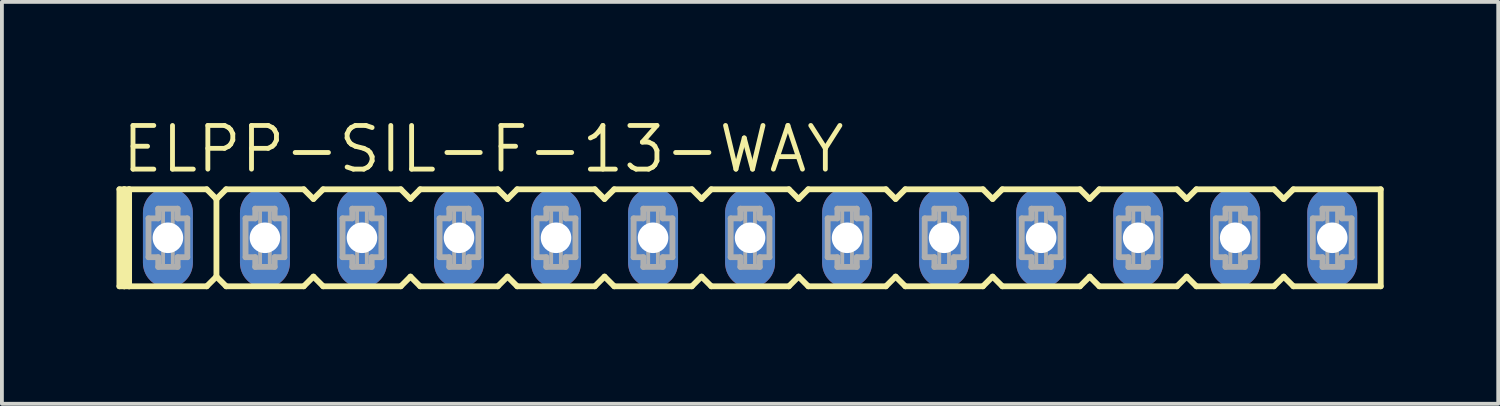
<source format=kicad_pcb>
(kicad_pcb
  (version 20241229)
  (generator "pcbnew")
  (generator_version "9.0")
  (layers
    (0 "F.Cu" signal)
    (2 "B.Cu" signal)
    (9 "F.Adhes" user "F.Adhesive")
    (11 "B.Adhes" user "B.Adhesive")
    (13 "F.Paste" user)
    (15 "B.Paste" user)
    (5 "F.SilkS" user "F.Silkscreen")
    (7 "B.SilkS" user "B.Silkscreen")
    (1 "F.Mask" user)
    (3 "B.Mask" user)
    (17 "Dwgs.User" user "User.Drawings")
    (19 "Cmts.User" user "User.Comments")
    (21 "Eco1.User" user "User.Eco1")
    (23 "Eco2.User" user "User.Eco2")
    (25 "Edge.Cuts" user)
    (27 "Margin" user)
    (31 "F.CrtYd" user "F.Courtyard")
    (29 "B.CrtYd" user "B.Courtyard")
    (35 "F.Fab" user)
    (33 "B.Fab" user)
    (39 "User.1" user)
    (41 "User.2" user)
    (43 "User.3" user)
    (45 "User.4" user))
  (footprint "ELPP-SIL-F-13-WAY"
    (layer "F.Cu")
    (at 16.586 3.175)
    (property "Reference" "ELPP-SIL-F-13-WAY" (at -16.51 -1.651 0) (unlocked yes) (layer "F.SilkS") (effects (font (size 1.143 1.143) (thickness 0.127)) (justify left bottom)))
    (fp_line (start -16.51 -1.27) (end -16.51 1.27) (stroke (width 0.152) (type solid)) (layer "F.SilkS"))
    (fp_line (start -16.51 1.27) (end -16.383 1.27) (stroke (width 0.152) (type solid)) (layer "F.SilkS"))
    (fp_line (start -16.383 -1.27) (end -16.51 -1.27) (stroke (width 0.152) (type solid)) (layer "F.SilkS"))
    (fp_line (start -16.383 -1.27) (end -16.383 1.27) (stroke (width 0.152) (type solid)) (layer "F.SilkS"))
    (fp_line (start -16.383 1.27) (end -16.256 1.27) (stroke (width 0.152) (type solid)) (layer "F.SilkS"))
    (fp_line (start -16.256 -1.27) (end -16.383 -1.27) (stroke (width 0.152) (type solid)) (layer "F.SilkS"))
    (fp_line (start -16.256 -1.27) (end -16.256 1.27) (stroke (width 0.152) (type solid)) (layer "F.SilkS"))
    (fp_line (start -16.256 1.27) (end -14.224 1.27) (stroke (width 0.152) (type solid)) (layer "F.SilkS"))
    (fp_line (start -14.224 -1.27) (end -16.256 -1.27) (stroke (width 0.152) (type solid)) (layer "F.SilkS"))
    (fp_line (start -14.224 1.27) (end -13.97 1.016) (stroke (width 0.152) (type solid)) (layer "F.SilkS"))
    (fp_line (start -13.97 -1.016) (end -14.224 -1.27) (stroke (width 0.152) (type solid)) (layer "F.SilkS"))
    (fp_line (start -13.97 -1.016) (end -13.97 1.016) (stroke (width 0.152) (type solid)) (layer "F.SilkS"))
    (fp_line (start -13.97 1.016) (end -13.716 1.27) (stroke (width 0.152) (type solid)) (layer "F.SilkS"))
    (fp_line (start -13.716 -1.27) (end -13.97 -1.016) (stroke (width 0.152) (type solid)) (layer "F.SilkS"))
    (fp_line (start -13.716 1.27) (end -11.684 1.27) (stroke (width 0.152) (type solid)) (layer "F.SilkS"))
    (fp_line (start -11.684 -1.27) (end -13.716 -1.27) (stroke (width 0.152) (type solid)) (layer "F.SilkS"))
    (fp_line (start -11.684 1.27) (end -11.43 1.016) (stroke (width 0.152) (type solid)) (layer "F.SilkS"))
    (fp_line (start -11.43 -1.016) (end -11.684 -1.27) (stroke (width 0.152) (type solid)) (layer "F.SilkS"))
    (fp_line (start -11.43 1.016) (end -11.176 1.27) (stroke (width 0.152) (type solid)) (layer "F.SilkS"))
    (fp_line (start -11.176 -1.27) (end -11.43 -1.016) (stroke (width 0.152) (type solid)) (layer "F.SilkS"))
    (fp_line (start -11.176 1.27) (end -9.144 1.27) (stroke (width 0.152) (type solid)) (layer "F.SilkS"))
    (fp_line (start -9.144 -1.27) (end -11.176 -1.27) (stroke (width 0.152) (type solid)) (layer "F.SilkS"))
    (fp_line (start -9.144 1.27) (end -8.89 1.016) (stroke (width 0.152) (type solid)) (layer "F.SilkS"))
    (fp_line (start -8.89 -1.016) (end -9.144 -1.27) (stroke (width 0.152) (type solid)) (layer "F.SilkS"))
    (fp_line (start -8.89 1.016) (end -8.636 1.27) (stroke (width 0.152) (type solid)) (layer "F.SilkS"))
    (fp_line (start -8.636 -1.27) (end -8.89 -1.016) (stroke (width 0.152) (type solid)) (layer "F.SilkS"))
    (fp_line (start -8.636 1.27) (end -6.604 1.27) (stroke (width 0.152) (type solid)) (layer "F.SilkS"))
    (fp_line (start -6.604 -1.27) (end -8.636 -1.27) (stroke (width 0.152) (type solid)) (layer "F.SilkS"))
    (fp_line (start -6.604 1.27) (end -6.35 1.016) (stroke (width 0.152) (type solid)) (layer "F.SilkS"))
    (fp_line (start -6.35 -1.016) (end -6.604 -1.27) (stroke (width 0.152) (type solid)) (layer "F.SilkS"))
    (fp_line (start -6.35 1.016) (end -6.096 1.27) (stroke (width 0.152) (type solid)) (layer "F.SilkS"))
    (fp_line (start -6.096 -1.27) (end -6.35 -1.016) (stroke (width 0.152) (type solid)) (layer "F.SilkS"))
    (fp_line (start -6.096 1.27) (end -4.064 1.27) (stroke (width 0.152) (type solid)) (layer "F.SilkS"))
    (fp_line (start -4.064 -1.27) (end -6.096 -1.27) (stroke (width 0.152) (type solid)) (layer "F.SilkS"))
    (fp_line (start -4.064 1.27) (end -3.81 1.016) (stroke (width 0.152) (type solid)) (layer "F.SilkS"))
    (fp_line (start -3.81 -1.016) (end -4.064 -1.27) (stroke (width 0.152) (type solid)) (layer "F.SilkS"))
    (fp_line (start -3.81 1.016) (end -3.556 1.27) (stroke (width 0.152) (type solid)) (layer "F.SilkS"))
    (fp_line (start -3.556 -1.27) (end -3.81 -1.016) (stroke (width 0.152) (type solid)) (layer "F.SilkS"))
    (fp_line (start -3.556 1.27) (end -1.524 1.27) (stroke (width 0.152) (type solid)) (layer "F.SilkS"))
    (fp_line (start -1.524 -1.27) (end -3.556 -1.27) (stroke (width 0.152) (type solid)) (layer "F.SilkS"))
    (fp_line (start -1.524 1.27) (end -1.27 1.016) (stroke (width 0.152) (type solid)) (layer "F.SilkS"))
    (fp_line (start -1.27 -1.016) (end -1.524 -1.27) (stroke (width 0.152) (type solid)) (layer "F.SilkS"))
    (fp_line (start -1.27 1.016) (end -1.016 1.27) (stroke (width 0.152) (type solid)) (layer "F.SilkS"))
    (fp_line (start -1.016 -1.27) (end -1.27 -1.016) (stroke (width 0.152) (type solid)) (layer "F.SilkS"))
    (fp_line (start -1.016 1.27) (end 1.016 1.27) (stroke (width 0.152) (type solid)) (layer "F.SilkS"))
    (fp_line (start 1.016 -1.27) (end -1.016 -1.27) (stroke (width 0.152) (type solid)) (layer "F.SilkS"))
    (fp_line (start 1.016 1.27) (end 1.27 1.016) (stroke (width 0.152) (type solid)) (layer "F.SilkS"))
    (fp_line (start 1.27 -1.016) (end 1.016 -1.27) (stroke (width 0.152) (type solid)) (layer "F.SilkS"))
    (fp_line (start 1.27 1.016) (end 1.524 1.27) (stroke (width 0.152) (type solid)) (layer "F.SilkS"))
    (fp_line (start 1.524 -1.27) (end 1.27 -1.016) (stroke (width 0.152) (type solid)) (layer "F.SilkS"))
    (fp_line (start 1.524 1.27) (end 3.556 1.27) (stroke (width 0.152) (type solid)) (layer "F.SilkS"))
    (fp_line (start 3.556 -1.27) (end 1.524 -1.27) (stroke (width 0.152) (type solid)) (layer "F.SilkS"))
    (fp_line (start 3.556 1.27) (end 3.81 1.016) (stroke (width 0.152) (type solid)) (layer "F.SilkS"))
    (fp_line (start 3.81 -1.016) (end 3.556 -1.27) (stroke (width 0.152) (type solid)) (layer "F.SilkS"))
    (fp_line (start 3.81 1.016) (end 4.064 1.27) (stroke (width 0.152) (type solid)) (layer "F.SilkS"))
    (fp_line (start 4.064 -1.27) (end 3.81 -1.016) (stroke (width 0.152) (type solid)) (layer "F.SilkS"))
    (fp_line (start 4.064 1.27) (end 6.096 1.27) (stroke (width 0.152) (type solid)) (layer "F.SilkS"))
    (fp_line (start 6.096 -1.27) (end 4.064 -1.27) (stroke (width 0.152) (type solid)) (layer "F.SilkS"))
    (fp_line (start 6.096 1.27) (end 6.35 1.016) (stroke (width 0.152) (type solid)) (layer "F.SilkS"))
    (fp_line (start 6.35 -1.016) (end 6.096 -1.27) (stroke (width 0.152) (type solid)) (layer "F.SilkS"))
    (fp_line (start 6.35 1.016) (end 6.604 1.27) (stroke (width 0.152) (type solid)) (layer "F.SilkS"))
    (fp_line (start 6.604 -1.27) (end 6.35 -1.016) (stroke (width 0.152) (type solid)) (layer "F.SilkS"))
    (fp_line (start 6.604 1.27) (end 8.636 1.27) (stroke (width 0.152) (type solid)) (layer "F.SilkS"))
    (fp_line (start 8.636 -1.27) (end 6.604 -1.27) (stroke (width 0.152) (type solid)) (layer "F.SilkS"))
    (fp_line (start 8.636 1.27) (end 8.89 1.016) (stroke (width 0.152) (type solid)) (layer "F.SilkS"))
    (fp_line (start 8.89 -1.016) (end 8.636 -1.27) (stroke (width 0.152) (type solid)) (layer "F.SilkS"))
    (fp_line (start 8.89 1.016) (end 9.144 1.27) (stroke (width 0.152) (type solid)) (layer "F.SilkS"))
    (fp_line (start 9.144 -1.27) (end 8.89 -1.016) (stroke (width 0.152) (type solid)) (layer "F.SilkS"))
    (fp_line (start 9.144 1.27) (end 11.176 1.27) (stroke (width 0.152) (type solid)) (layer "F.SilkS"))
    (fp_line (start 11.176 -1.27) (end 9.144 -1.27) (stroke (width 0.152) (type solid)) (layer "F.SilkS"))
    (fp_line (start 11.176 1.27) (end 11.43 1.016) (stroke (width 0.152) (type solid)) (layer "F.SilkS"))
    (fp_line (start 11.43 -1.016) (end 11.176 -1.27) (stroke (width 0.152) (type solid)) (layer "F.SilkS"))
    (fp_line (start 11.43 1.016) (end 11.684 1.27) (stroke (width 0.152) (type solid)) (layer "F.SilkS"))
    (fp_line (start 11.684 -1.27) (end 11.43 -1.016) (stroke (width 0.152) (type solid)) (layer "F.SilkS"))
    (fp_line (start 11.684 1.27) (end 13.716 1.27) (stroke (width 0.152) (type solid)) (layer "F.SilkS"))
    (fp_line (start 13.716 -1.27) (end 11.684 -1.27) (stroke (width 0.152) (type solid)) (layer "F.SilkS"))
    (fp_line (start 13.716 1.27) (end 13.97 1.016) (stroke (width 0.152) (type solid)) (layer "F.SilkS"))
    (fp_line (start 13.97 -1.016) (end 13.716 -1.27) (stroke (width 0.152) (type solid)) (layer "F.SilkS"))
    (fp_line (start 13.97 1.016) (end 14.224 1.27) (stroke (width 0.152) (type solid)) (layer "F.SilkS"))
    (fp_line (start 14.224 -1.27) (end 13.97 -1.016) (stroke (width 0.152) (type solid)) (layer "F.SilkS"))
    (fp_line (start 14.224 1.27) (end 16.51 1.27) (stroke (width 0.152) (type solid)) (layer "F.SilkS"))
    (fp_line (start 16.51 -1.27) (end 14.224 -1.27) (stroke (width 0.152) (type solid)) (layer "F.SilkS"))
    (fp_line (start 16.51 1.27) (end 16.51 -1.27) (stroke (width 0.152) (type solid)) (layer "F.SilkS"))
    (fp_line (start -15.748 -0.508) (end -15.748 0.508) (stroke (width 0.152) (type solid)) (layer "F.Fab"))
    (fp_line (start -15.748 0.508) (end -15.494 0.508) (stroke (width 0.152) (type solid)) (layer "F.Fab"))
    (fp_line (start -15.494 -0.762) (end -15.494 -0.508) (stroke (width 0.152) (type solid)) (layer "F.Fab"))
    (fp_line (start -15.494 -0.508) (end -15.748 -0.508) (stroke (width 0.152) (type solid)) (layer "F.Fab"))
    (fp_line (start -15.494 0.508) (end -15.494 0.762) (stroke (width 0.152) (type solid)) (layer "F.Fab"))
    (fp_line (start -15.494 0.762) (end -14.986 0.762) (stroke (width 0.152) (type solid)) (layer "F.Fab"))
    (fp_line (start -14.986 -0.762) (end -15.494 -0.762) (stroke (width 0.152) (type solid)) (layer "F.Fab"))
    (fp_line (start -14.986 -0.508) (end -14.986 -0.762) (stroke (width 0.152) (type solid)) (layer "F.Fab"))
    (fp_line (start -14.986 0.508) (end -14.732 0.508) (stroke (width 0.152) (type solid)) (layer "F.Fab"))
    (fp_line (start -14.986 0.762) (end -14.986 0.508) (stroke (width 0.152) (type solid)) (layer "F.Fab"))
    (fp_line (start -14.732 -0.508) (end -14.986 -0.508) (stroke (width 0.152) (type solid)) (layer "F.Fab"))
    (fp_line (start -14.732 0.508) (end -14.732 -0.508) (stroke (width 0.152) (type solid)) (layer "F.Fab"))
    (fp_line (start -13.208 -0.508) (end -13.208 0.508) (stroke (width 0.152) (type solid)) (layer "F.Fab"))
    (fp_line (start -13.208 0.508) (end -12.954 0.508) (stroke (width 0.152) (type solid)) (layer "F.Fab"))
    (fp_line (start -12.954 -0.762) (end -12.954 -0.508) (stroke (width 0.152) (type solid)) (layer "F.Fab"))
    (fp_line (start -12.954 -0.508) (end -13.208 -0.508) (stroke (width 0.152) (type solid)) (layer "F.Fab"))
    (fp_line (start -12.954 0.508) (end -12.954 0.762) (stroke (width 0.152) (type solid)) (layer "F.Fab"))
    (fp_line (start -12.954 0.762) (end -12.446 0.762) (stroke (width 0.152) (type solid)) (layer "F.Fab"))
    (fp_line (start -12.446 -0.762) (end -12.954 -0.762) (stroke (width 0.152) (type solid)) (layer "F.Fab"))
    (fp_line (start -12.446 -0.508) (end -12.446 -0.762) (stroke (width 0.152) (type solid)) (layer "F.Fab"))
    (fp_line (start -12.446 0.508) (end -12.192 0.508) (stroke (width 0.152) (type solid)) (layer "F.Fab"))
    (fp_line (start -12.446 0.762) (end -12.446 0.508) (stroke (width 0.152) (type solid)) (layer "F.Fab"))
    (fp_line (start -12.192 -0.508) (end -12.446 -0.508) (stroke (width 0.152) (type solid)) (layer "F.Fab"))
    (fp_line (start -12.192 0.508) (end -12.192 -0.508) (stroke (width 0.152) (type solid)) (layer "F.Fab"))
    (fp_line (start -10.668 -0.508) (end -10.668 0.508) (stroke (width 0.152) (type solid)) (layer "F.Fab"))
    (fp_line (start -10.668 0.508) (end -10.414 0.508) (stroke (width 0.152) (type solid)) (layer "F.Fab"))
    (fp_line (start -10.414 -0.762) (end -10.414 -0.508) (stroke (width 0.152) (type solid)) (layer "F.Fab"))
    (fp_line (start -10.414 -0.508) (end -10.668 -0.508) (stroke (width 0.152) (type solid)) (layer "F.Fab"))
    (fp_line (start -10.414 0.508) (end -10.414 0.762) (stroke (width 0.152) (type solid)) (layer "F.Fab"))
    (fp_line (start -10.414 0.762) (end -9.906 0.762) (stroke (width 0.152) (type solid)) (layer "F.Fab"))
    (fp_line (start -9.906 -0.762) (end -10.414 -0.762) (stroke (width 0.152) (type solid)) (layer "F.Fab"))
    (fp_line (start -9.906 -0.508) (end -9.906 -0.762) (stroke (width 0.152) (type solid)) (layer "F.Fab"))
    (fp_line (start -9.906 0.508) (end -9.652 0.508) (stroke (width 0.152) (type solid)) (layer "F.Fab"))
    (fp_line (start -9.906 0.762) (end -9.906 0.508) (stroke (width 0.152) (type solid)) (layer "F.Fab"))
    (fp_line (start -9.652 -0.508) (end -9.906 -0.508) (stroke (width 0.152) (type solid)) (layer "F.Fab"))
    (fp_line (start -9.652 0.508) (end -9.652 -0.508) (stroke (width 0.152) (type solid)) (layer "F.Fab"))
    (fp_line (start -8.128 -0.508) (end -8.128 0.508) (stroke (width 0.152) (type solid)) (layer "F.Fab"))
    (fp_line (start -8.128 0.508) (end -7.874 0.508) (stroke (width 0.152) (type solid)) (layer "F.Fab"))
    (fp_line (start -7.874 -0.762) (end -7.874 -0.508) (stroke (width 0.152) (type solid)) (layer "F.Fab"))
    (fp_line (start -7.874 -0.508) (end -8.128 -0.508) (stroke (width 0.152) (type solid)) (layer "F.Fab"))
    (fp_line (start -7.874 0.508) (end -7.874 0.762) (stroke (width 0.152) (type solid)) (layer "F.Fab"))
    (fp_line (start -7.874 0.762) (end -7.366 0.762) (stroke (width 0.152) (type solid)) (layer "F.Fab"))
    (fp_line (start -7.366 -0.762) (end -7.874 -0.762) (stroke (width 0.152) (type solid)) (layer "F.Fab"))
    (fp_line (start -7.366 -0.508) (end -7.366 -0.762) (stroke (width 0.152) (type solid)) (layer "F.Fab"))
    (fp_line (start -7.366 0.508) (end -7.112 0.508) (stroke (width 0.152) (type solid)) (layer "F.Fab"))
    (fp_line (start -7.366 0.762) (end -7.366 0.508) (stroke (width 0.152) (type solid)) (layer "F.Fab"))
    (fp_line (start -7.112 -0.508) (end -7.366 -0.508) (stroke (width 0.152) (type solid)) (layer "F.Fab"))
    (fp_line (start -7.112 0.508) (end -7.112 -0.508) (stroke (width 0.152) (type solid)) (layer "F.Fab"))
    (fp_line (start -5.588 -0.508) (end -5.588 0.508) (stroke (width 0.152) (type solid)) (layer "F.Fab"))
    (fp_line (start -5.588 0.508) (end -5.334 0.508) (stroke (width 0.152) (type solid)) (layer "F.Fab"))
    (fp_line (start -5.334 -0.762) (end -5.334 -0.508) (stroke (width 0.152) (type solid)) (layer "F.Fab"))
    (fp_line (start -5.334 -0.508) (end -5.588 -0.508) (stroke (width 0.152) (type solid)) (layer "F.Fab"))
    (fp_line (start -5.334 0.508) (end -5.334 0.762) (stroke (width 0.152) (type solid)) (layer "F.Fab"))
    (fp_line (start -5.334 0.762) (end -4.826 0.762) (stroke (width 0.152) (type solid)) (layer "F.Fab"))
    (fp_line (start -4.826 -0.762) (end -5.334 -0.762) (stroke (width 0.152) (type solid)) (layer "F.Fab"))
    (fp_line (start -4.826 -0.508) (end -4.826 -0.762) (stroke (width 0.152) (type solid)) (layer "F.Fab"))
    (fp_line (start -4.826 0.508) (end -4.572 0.508) (stroke (width 0.152) (type solid)) (layer "F.Fab"))
    (fp_line (start -4.826 0.762) (end -4.826 0.508) (stroke (width 0.152) (type solid)) (layer "F.Fab"))
    (fp_line (start -4.572 -0.508) (end -4.826 -0.508) (stroke (width 0.152) (type solid)) (layer "F.Fab"))
    (fp_line (start -4.572 0.508) (end -4.572 -0.508) (stroke (width 0.152) (type solid)) (layer "F.Fab"))
    (fp_line (start -3.048 -0.508) (end -3.048 0.508) (stroke (width 0.152) (type solid)) (layer "F.Fab"))
    (fp_line (start -3.048 0.508) (end -2.794 0.508) (stroke (width 0.152) (type solid)) (layer "F.Fab"))
    (fp_line (start -2.794 -0.762) (end -2.794 -0.508) (stroke (width 0.152) (type solid)) (layer "F.Fab"))
    (fp_line (start -2.794 -0.508) (end -3.048 -0.508) (stroke (width 0.152) (type solid)) (layer "F.Fab"))
    (fp_line (start -2.794 0.508) (end -2.794 0.762) (stroke (width 0.152) (type solid)) (layer "F.Fab"))
    (fp_line (start -2.794 0.762) (end -2.286 0.762) (stroke (width 0.152) (type solid)) (layer "F.Fab"))
    (fp_line (start -2.286 -0.762) (end -2.794 -0.762) (stroke (width 0.152) (type solid)) (layer "F.Fab"))
    (fp_line (start -2.286 -0.508) (end -2.286 -0.762) (stroke (width 0.152) (type solid)) (layer "F.Fab"))
    (fp_line (start -2.286 0.508) (end -2.032 0.508) (stroke (width 0.152) (type solid)) (layer "F.Fab"))
    (fp_line (start -2.286 0.762) (end -2.286 0.508) (stroke (width 0.152) (type solid)) (layer "F.Fab"))
    (fp_line (start -2.032 -0.508) (end -2.286 -0.508) (stroke (width 0.152) (type solid)) (layer "F.Fab"))
    (fp_line (start -2.032 0.508) (end -2.032 -0.508) (stroke (width 0.152) (type solid)) (layer "F.Fab"))
    (fp_line (start -0.508 -0.508) (end -0.508 0.508) (stroke (width 0.152) (type solid)) (layer "F.Fab"))
    (fp_line (start -0.508 0.508) (end -0.254 0.508) (stroke (width 0.152) (type solid)) (layer "F.Fab"))
    (fp_line (start -0.254 -0.762) (end -0.254 -0.508) (stroke (width 0.152) (type solid)) (layer "F.Fab"))
    (fp_line (start -0.254 -0.508) (end -0.508 -0.508) (stroke (width 0.152) (type solid)) (layer "F.Fab"))
    (fp_line (start -0.254 0.508) (end -0.254 0.762) (stroke (width 0.152) (type solid)) (layer "F.Fab"))
    (fp_line (start -0.254 0.762) (end 0.254 0.762) (stroke (width 0.152) (type solid)) (layer "F.Fab"))
    (fp_line (start 0.254 -0.762) (end -0.254 -0.762) (stroke (width 0.152) (type solid)) (layer "F.Fab"))
    (fp_line (start 0.254 -0.508) (end 0.254 -0.762) (stroke (width 0.152) (type solid)) (layer "F.Fab"))
    (fp_line (start 0.254 0.508) (end 0.508 0.508) (stroke (width 0.152) (type solid)) (layer "F.Fab"))
    (fp_line (start 0.254 0.762) (end 0.254 0.508) (stroke (width 0.152) (type solid)) (layer "F.Fab"))
    (fp_line (start 0.508 -0.508) (end 0.254 -0.508) (stroke (width 0.152) (type solid)) (layer "F.Fab"))
    (fp_line (start 0.508 0.508) (end 0.508 -0.508) (stroke (width 0.152) (type solid)) (layer "F.Fab"))
    (fp_line (start 2.032 -0.508) (end 2.032 0.508) (stroke (width 0.152) (type solid)) (layer "F.Fab"))
    (fp_line (start 2.032 0.508) (end 2.286 0.508) (stroke (width 0.152) (type solid)) (layer "F.Fab"))
    (fp_line (start 2.286 -0.762) (end 2.286 -0.508) (stroke (width 0.152) (type solid)) (layer "F.Fab"))
    (fp_line (start 2.286 -0.508) (end 2.032 -0.508) (stroke (width 0.152) (type solid)) (layer "F.Fab"))
    (fp_line (start 2.286 0.508) (end 2.286 0.762) (stroke (width 0.152) (type solid)) (layer "F.Fab"))
    (fp_line (start 2.286 0.762) (end 2.794 0.762) (stroke (width 0.152) (type solid)) (layer "F.Fab"))
    (fp_line (start 2.794 -0.762) (end 2.286 -0.762) (stroke (width 0.152) (type solid)) (layer "F.Fab"))
    (fp_line (start 2.794 -0.508) (end 2.794 -0.762) (stroke (width 0.152) (type solid)) (layer "F.Fab"))
    (fp_line (start 2.794 0.508) (end 3.048 0.508) (stroke (width 0.152) (type solid)) (layer "F.Fab"))
    (fp_line (start 2.794 0.762) (end 2.794 0.508) (stroke (width 0.152) (type solid)) (layer "F.Fab"))
    (fp_line (start 3.048 -0.508) (end 2.794 -0.508) (stroke (width 0.152) (type solid)) (layer "F.Fab"))
    (fp_line (start 3.048 0.508) (end 3.048 -0.508) (stroke (width 0.152) (type solid)) (layer "F.Fab"))
    (fp_line (start 4.572 -0.508) (end 4.572 0.508) (stroke (width 0.152) (type solid)) (layer "F.Fab"))
    (fp_line (start 4.572 0.508) (end 4.826 0.508) (stroke (width 0.152) (type solid)) (layer "F.Fab"))
    (fp_line (start 4.826 -0.762) (end 4.826 -0.508) (stroke (width 0.152) (type solid)) (layer "F.Fab"))
    (fp_line (start 4.826 -0.508) (end 4.572 -0.508) (stroke (width 0.152) (type solid)) (layer "F.Fab"))
    (fp_line (start 4.826 0.508) (end 4.826 0.762) (stroke (width 0.152) (type solid)) (layer "F.Fab"))
    (fp_line (start 4.826 0.762) (end 5.334 0.762) (stroke (width 0.152) (type solid)) (layer "F.Fab"))
    (fp_line (start 5.334 -0.762) (end 4.826 -0.762) (stroke (width 0.152) (type solid)) (layer "F.Fab"))
    (fp_line (start 5.334 -0.508) (end 5.334 -0.762) (stroke (width 0.152) (type solid)) (layer "F.Fab"))
    (fp_line (start 5.334 0.508) (end 5.588 0.508) (stroke (width 0.152) (type solid)) (layer "F.Fab"))
    (fp_line (start 5.334 0.762) (end 5.334 0.508) (stroke (width 0.152) (type solid)) (layer "F.Fab"))
    (fp_line (start 5.588 -0.508) (end 5.334 -0.508) (stroke (width 0.152) (type solid)) (layer "F.Fab"))
    (fp_line (start 5.588 0.508) (end 5.588 -0.508) (stroke (width 0.152) (type solid)) (layer "F.Fab"))
    (fp_line (start 7.112 -0.508) (end 7.112 0.508) (stroke (width 0.152) (type solid)) (layer "F.Fab"))
    (fp_line (start 7.112 0.508) (end 7.366 0.508) (stroke (width 0.152) (type solid)) (layer "F.Fab"))
    (fp_line (start 7.366 -0.762) (end 7.366 -0.508) (stroke (width 0.152) (type solid)) (layer "F.Fab"))
    (fp_line (start 7.366 -0.508) (end 7.112 -0.508) (stroke (width 0.152) (type solid)) (layer "F.Fab"))
    (fp_line (start 7.366 0.508) (end 7.366 0.762) (stroke (width 0.152) (type solid)) (layer "F.Fab"))
    (fp_line (start 7.366 0.762) (end 7.874 0.762) (stroke (width 0.152) (type solid)) (layer "F.Fab"))
    (fp_line (start 7.874 -0.762) (end 7.366 -0.762) (stroke (width 0.152) (type solid)) (layer "F.Fab"))
    (fp_line (start 7.874 -0.508) (end 7.874 -0.762) (stroke (width 0.152) (type solid)) (layer "F.Fab"))
    (fp_line (start 7.874 0.508) (end 8.128 0.508) (stroke (width 0.152) (type solid)) (layer "F.Fab"))
    (fp_line (start 7.874 0.762) (end 7.874 0.508) (stroke (width 0.152) (type solid)) (layer "F.Fab"))
    (fp_line (start 8.128 -0.508) (end 7.874 -0.508) (stroke (width 0.152) (type solid)) (layer "F.Fab"))
    (fp_line (start 8.128 0.508) (end 8.128 -0.508) (stroke (width 0.152) (type solid)) (layer "F.Fab"))
    (fp_line (start 9.652 -0.508) (end 9.652 0.508) (stroke (width 0.152) (type solid)) (layer "F.Fab"))
    (fp_line (start 9.652 0.508) (end 9.906 0.508) (stroke (width 0.152) (type solid)) (layer "F.Fab"))
    (fp_line (start 9.906 -0.762) (end 9.906 -0.508) (stroke (width 0.152) (type solid)) (layer "F.Fab"))
    (fp_line (start 9.906 -0.508) (end 9.652 -0.508) (stroke (width 0.152) (type solid)) (layer "F.Fab"))
    (fp_line (start 9.906 0.508) (end 9.906 0.762) (stroke (width 0.152) (type solid)) (layer "F.Fab"))
    (fp_line (start 9.906 0.762) (end 10.414 0.762) (stroke (width 0.152) (type solid)) (layer "F.Fab"))
    (fp_line (start 10.414 -0.762) (end 9.906 -0.762) (stroke (width 0.152) (type solid)) (layer "F.Fab"))
    (fp_line (start 10.414 -0.508) (end 10.414 -0.762) (stroke (width 0.152) (type solid)) (layer "F.Fab"))
    (fp_line (start 10.414 0.508) (end 10.668 0.508) (stroke (width 0.152) (type solid)) (layer "F.Fab"))
    (fp_line (start 10.414 0.762) (end 10.414 0.508) (stroke (width 0.152) (type solid)) (layer "F.Fab"))
    (fp_line (start 10.668 -0.508) (end 10.414 -0.508) (stroke (width 0.152) (type solid)) (layer "F.Fab"))
    (fp_line (start 10.668 0.508) (end 10.668 -0.508) (stroke (width 0.152) (type solid)) (layer "F.Fab"))
    (fp_line (start 12.192 -0.508) (end 12.192 0.508) (stroke (width 0.152) (type solid)) (layer "F.Fab"))
    (fp_line (start 12.192 0.508) (end 12.446 0.508) (stroke (width 0.152) (type solid)) (layer "F.Fab"))
    (fp_line (start 12.446 -0.762) (end 12.446 -0.508) (stroke (width 0.152) (type solid)) (layer "F.Fab"))
    (fp_line (start 12.446 -0.508) (end 12.192 -0.508) (stroke (width 0.152) (type solid)) (layer "F.Fab"))
    (fp_line (start 12.446 0.508) (end 12.446 0.762) (stroke (width 0.152) (type solid)) (layer "F.Fab"))
    (fp_line (start 12.446 0.762) (end 12.954 0.762) (stroke (width 0.152) (type solid)) (layer "F.Fab"))
    (fp_line (start 12.954 -0.762) (end 12.446 -0.762) (stroke (width 0.152) (type solid)) (layer "F.Fab"))
    (fp_line (start 12.954 -0.508) (end 12.954 -0.762) (stroke (width 0.152) (type solid)) (layer "F.Fab"))
    (fp_line (start 12.954 0.508) (end 13.208 0.508) (stroke (width 0.152) (type solid)) (layer "F.Fab"))
    (fp_line (start 12.954 0.762) (end 12.954 0.508) (stroke (width 0.152) (type solid)) (layer "F.Fab"))
    (fp_line (start 13.208 -0.508) (end 12.954 -0.508) (stroke (width 0.152) (type solid)) (layer "F.Fab"))
    (fp_line (start 13.208 0.508) (end 13.208 -0.508) (stroke (width 0.152) (type solid)) (layer "F.Fab"))
    (fp_line (start 14.732 -0.508) (end 14.732 0.508) (stroke (width 0.152) (type solid)) (layer "F.Fab"))
    (fp_line (start 14.732 0.508) (end 14.986 0.508) (stroke (width 0.152) (type solid)) (layer "F.Fab"))
    (fp_line (start 14.986 -0.762) (end 14.986 -0.508) (stroke (width 0.152) (type solid)) (layer "F.Fab"))
    (fp_line (start 14.986 -0.508) (end 14.732 -0.508) (stroke (width 0.152) (type solid)) (layer "F.Fab"))
    (fp_line (start 14.986 0.508) (end 14.986 0.762) (stroke (width 0.152) (type solid)) (layer "F.Fab"))
    (fp_line (start 14.986 0.762) (end 15.494 0.762) (stroke (width 0.152) (type solid)) (layer "F.Fab"))
    (fp_line (start 15.494 -0.762) (end 14.986 -0.762) (stroke (width 0.152) (type solid)) (layer "F.Fab"))
    (fp_line (start 15.494 -0.508) (end 15.494 -0.762) (stroke (width 0.152) (type solid)) (layer "F.Fab"))
    (fp_line (start 15.494 0.508) (end 15.748 0.508) (stroke (width 0.152) (type solid)) (layer "F.Fab"))
    (fp_line (start 15.494 0.762) (end 15.494 0.508) (stroke (width 0.152) (type solid)) (layer "F.Fab"))
    (fp_line (start 15.748 -0.508) (end 15.494 -0.508) (stroke (width 0.152) (type solid)) (layer "F.Fab"))
    (fp_line (start 15.748 0.508) (end 15.748 -0.508) (stroke (width 0.152) (type solid)) (layer "F.Fab"))
    (fp_poly (pts (xy -15.367 -0.254) (xy -15.113 -0.254) (xy -15.113 -0.762) (xy -15.367 -0.762)) (stroke (width 0.1) (type default)) (fill no) (layer "F.Fab"))
    (fp_poly (pts (xy -15.367 0.762) (xy -15.113 0.762) (xy -15.113 0.254) (xy -15.367 0.254)) (stroke (width 0.1) (type default)) (fill no) (layer "F.Fab"))
    (fp_poly (pts (xy -12.827 -0.254) (xy -12.573 -0.254) (xy -12.573 -0.762) (xy -12.827 -0.762)) (stroke (width 0.1) (type default)) (fill no) (layer "F.Fab"))
    (fp_poly (pts (xy -12.827 0.762) (xy -12.573 0.762) (xy -12.573 0.254) (xy -12.827 0.254)) (stroke (width 0.1) (type default)) (fill no) (layer "F.Fab"))
    (fp_poly (pts (xy -10.287 -0.254) (xy -10.033 -0.254) (xy -10.033 -0.762) (xy -10.287 -0.762)) (stroke (width 0.1) (type default)) (fill no) (layer "F.Fab"))
    (fp_poly (pts (xy -10.287 0.762) (xy -10.033 0.762) (xy -10.033 0.254) (xy -10.287 0.254)) (stroke (width 0.1) (type default)) (fill no) (layer "F.Fab"))
    (fp_poly (pts (xy -7.747 -0.254) (xy -7.493 -0.254) (xy -7.493 -0.762) (xy -7.747 -0.762)) (stroke (width 0.1) (type default)) (fill no) (layer "F.Fab"))
    (fp_poly (pts (xy -7.747 0.762) (xy -7.493 0.762) (xy -7.493 0.254) (xy -7.747 0.254)) (stroke (width 0.1) (type default)) (fill no) (layer "F.Fab"))
    (fp_poly (pts (xy -5.207 -0.254) (xy -4.953 -0.254) (xy -4.953 -0.762) (xy -5.207 -0.762)) (stroke (width 0.1) (type default)) (fill no) (layer "F.Fab"))
    (fp_poly (pts (xy -5.207 0.762) (xy -4.953 0.762) (xy -4.953 0.254) (xy -5.207 0.254)) (stroke (width 0.1) (type default)) (fill no) (layer "F.Fab"))
    (fp_poly (pts (xy -2.667 -0.254) (xy -2.413 -0.254) (xy -2.413 -0.762) (xy -2.667 -0.762)) (stroke (width 0.1) (type default)) (fill no) (layer "F.Fab"))
    (fp_poly (pts (xy -2.667 0.762) (xy -2.413 0.762) (xy -2.413 0.254) (xy -2.667 0.254)) (stroke (width 0.1) (type default)) (fill no) (layer "F.Fab"))
    (fp_poly (pts (xy -0.127 -0.254) (xy 0.127 -0.254) (xy 0.127 -0.762) (xy -0.127 -0.762)) (stroke (width 0.1) (type default)) (fill no) (layer "F.Fab"))
    (fp_poly (pts (xy -0.127 0.762) (xy 0.127 0.762) (xy 0.127 0.254) (xy -0.127 0.254)) (stroke (width 0.1) (type default)) (fill no) (layer "F.Fab"))
    (fp_poly (pts (xy 2.413 -0.254) (xy 2.667 -0.254) (xy 2.667 -0.762) (xy 2.413 -0.762)) (stroke (width 0.1) (type default)) (fill no) (layer "F.Fab"))
    (fp_poly (pts (xy 2.413 0.762) (xy 2.667 0.762) (xy 2.667 0.254) (xy 2.413 0.254)) (stroke (width 0.1) (type default)) (fill no) (layer "F.Fab"))
    (fp_poly (pts (xy 4.953 -0.254) (xy 5.207 -0.254) (xy 5.207 -0.762) (xy 4.953 -0.762)) (stroke (width 0.1) (type default)) (fill no) (layer "F.Fab"))
    (fp_poly (pts (xy 4.953 0.762) (xy 5.207 0.762) (xy 5.207 0.254) (xy 4.953 0.254)) (stroke (width 0.1) (type default)) (fill no) (layer "F.Fab"))
    (fp_poly (pts (xy 7.493 -0.254) (xy 7.747 -0.254) (xy 7.747 -0.762) (xy 7.493 -0.762)) (stroke (width 0.1) (type default)) (fill no) (layer "F.Fab"))
    (fp_poly (pts (xy 7.493 0.762) (xy 7.747 0.762) (xy 7.747 0.254) (xy 7.493 0.254)) (stroke (width 0.1) (type default)) (fill no) (layer "F.Fab"))
    (fp_poly (pts (xy 10.033 -0.254) (xy 10.287 -0.254) (xy 10.287 -0.762) (xy 10.033 -0.762)) (stroke (width 0.1) (type default)) (fill no) (layer "F.Fab"))
    (fp_poly (pts (xy 10.033 0.762) (xy 10.287 0.762) (xy 10.287 0.254) (xy 10.033 0.254)) (stroke (width 0.1) (type default)) (fill no) (layer "F.Fab"))
    (fp_poly (pts (xy 12.573 -0.254) (xy 12.827 -0.254) (xy 12.827 -0.762) (xy 12.573 -0.762)) (stroke (width 0.1) (type default)) (fill no) (layer "F.Fab"))
    (fp_poly (pts (xy 12.573 0.762) (xy 12.827 0.762) (xy 12.827 0.254) (xy 12.573 0.254)) (stroke (width 0.1) (type default)) (fill no) (layer "F.Fab"))
    (fp_poly (pts (xy 15.113 -0.254) (xy 15.367 -0.254) (xy 15.367 -0.762) (xy 15.113 -0.762)) (stroke (width 0.1) (type default)) (fill no) (layer "F.Fab"))
    (fp_poly (pts (xy 15.113 0.762) (xy 15.367 0.762) (xy 15.367 0.254) (xy 15.113 0.254)) (stroke (width 0.1) (type default)) (fill no) (layer "F.Fab"))
    (pad "1" thru_hole oval (at -15.24 0 90) (size 2.616 1.308) (drill 0.8) (layers "*.Cu" "*.Mask"))
    (pad "2" thru_hole oval (at -12.7 0 90) (size 2.616 1.308) (drill 0.8) (layers "*.Cu" "*.Mask"))
    (pad "3" thru_hole oval (at -10.16 0 90) (size 2.616 1.308) (drill 0.8) (layers "*.Cu" "*.Mask"))
    (pad "4" thru_hole oval (at -7.62 0 90) (size 2.616 1.308) (drill 0.8) (layers "*.Cu" "*.Mask"))
    (pad "5" thru_hole oval (at -5.08 0 90) (size 2.616 1.308) (drill 0.8) (layers "*.Cu" "*.Mask"))
    (pad "6" thru_hole oval (at -2.54 0 90) (size 2.616 1.308) (drill 0.8) (layers "*.Cu" "*.Mask"))
    (pad "7" thru_hole oval (at 0 0 90) (size 2.616 1.308) (drill 0.8) (layers "*.Cu" "*.Mask"))
    (pad "8" thru_hole oval (at 2.54 0 90) (size 2.616 1.308) (drill 0.8) (layers "*.Cu" "*.Mask"))
    (pad "9" thru_hole oval (at 5.08 0 90) (size 2.616 1.308) (drill 0.8) (layers "*.Cu" "*.Mask"))
    (pad "10" thru_hole oval (at 7.62 0 90) (size 2.616 1.308) (drill 0.8) (layers "*.Cu" "*.Mask"))
    (pad "11" thru_hole oval (at 10.16 0 90) (size 2.616 1.308) (drill 0.8) (layers "*.Cu" "*.Mask"))
    (pad "12" thru_hole oval (at 12.7 0 90) (size 2.616 1.308) (drill 0.8) (layers "*.Cu" "*.Mask"))
    (pad "13" thru_hole oval (at 15.24 0 90) (size 2.616 1.308) (drill 0.8) (layers "*.Cu" "*.Mask")))
  (gr_rect
    (start -3 -3)
    (end 36.172 7.521)
    (stroke (width 0.1) (type default))
    (fill no)
    (layer "Edge.Cuts")))
</source>
